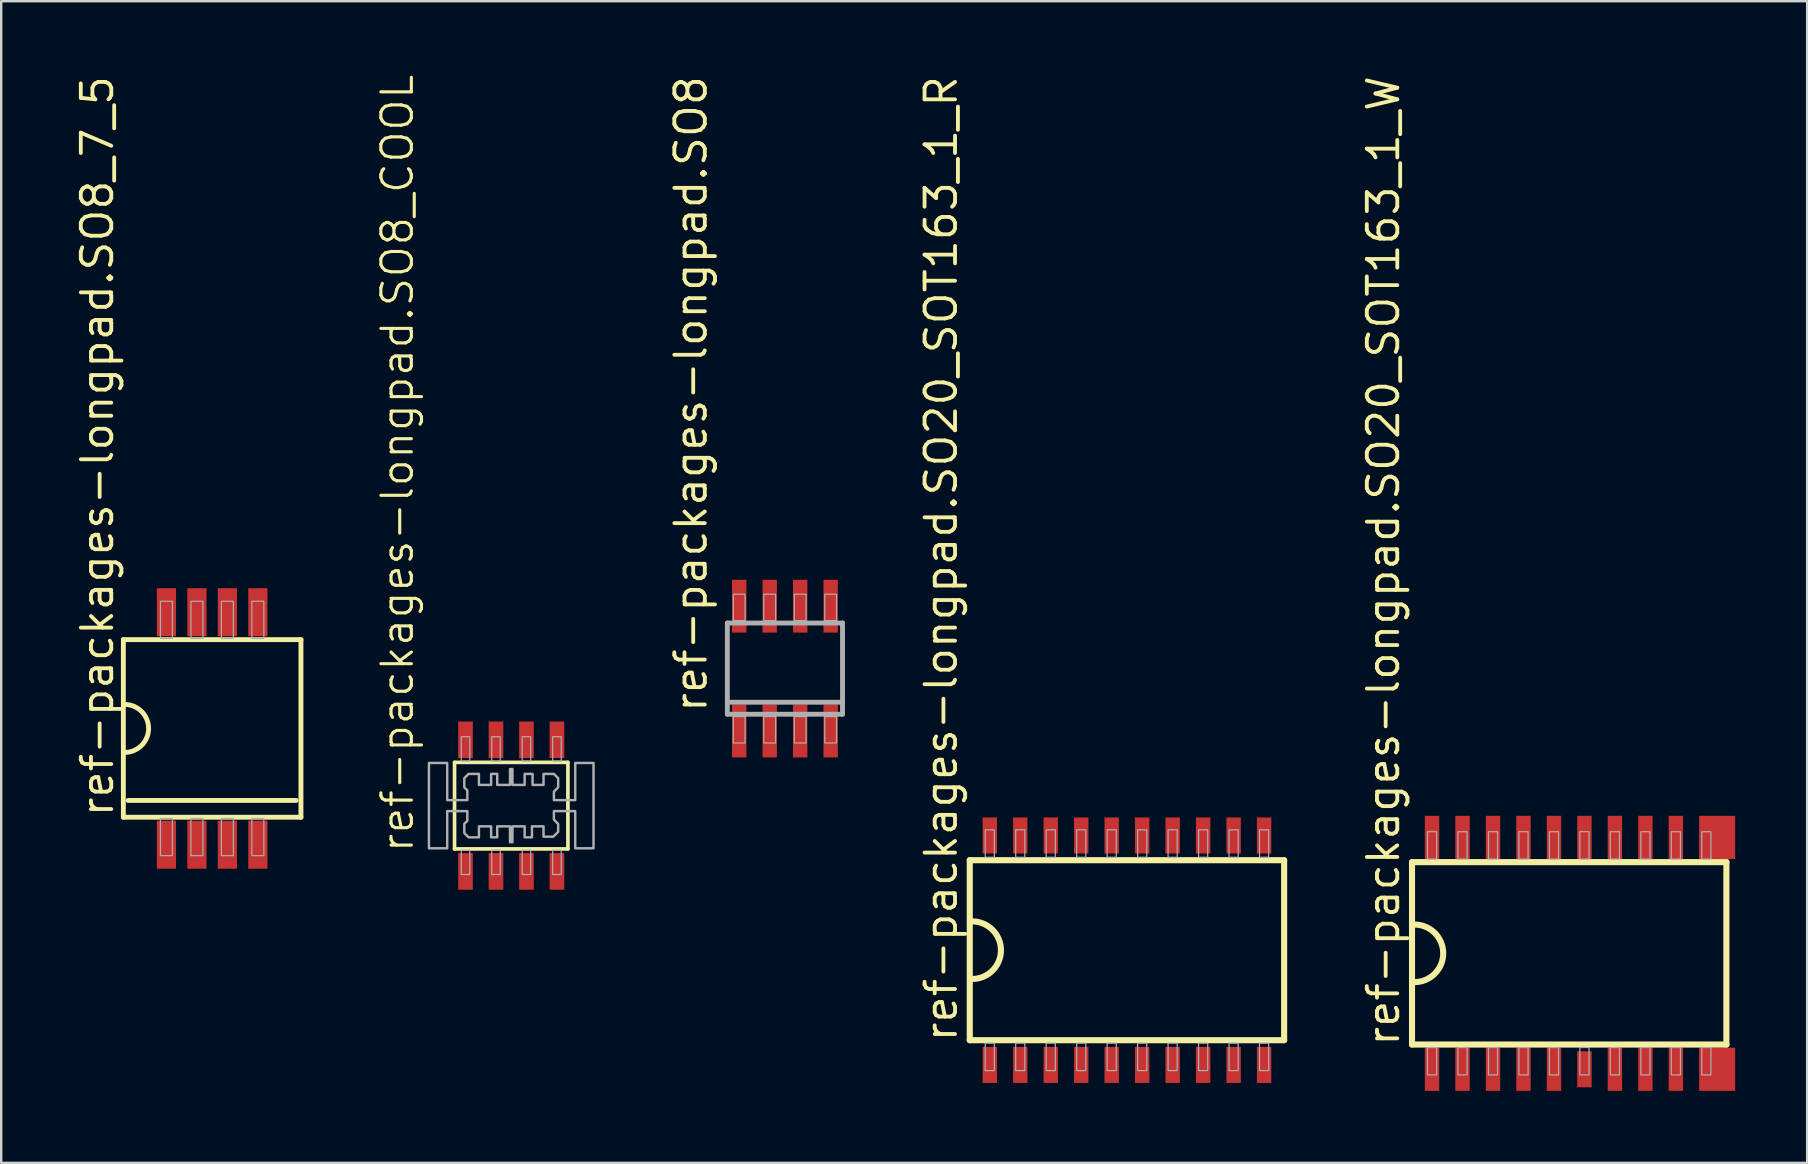
<source format=kicad_pcb>
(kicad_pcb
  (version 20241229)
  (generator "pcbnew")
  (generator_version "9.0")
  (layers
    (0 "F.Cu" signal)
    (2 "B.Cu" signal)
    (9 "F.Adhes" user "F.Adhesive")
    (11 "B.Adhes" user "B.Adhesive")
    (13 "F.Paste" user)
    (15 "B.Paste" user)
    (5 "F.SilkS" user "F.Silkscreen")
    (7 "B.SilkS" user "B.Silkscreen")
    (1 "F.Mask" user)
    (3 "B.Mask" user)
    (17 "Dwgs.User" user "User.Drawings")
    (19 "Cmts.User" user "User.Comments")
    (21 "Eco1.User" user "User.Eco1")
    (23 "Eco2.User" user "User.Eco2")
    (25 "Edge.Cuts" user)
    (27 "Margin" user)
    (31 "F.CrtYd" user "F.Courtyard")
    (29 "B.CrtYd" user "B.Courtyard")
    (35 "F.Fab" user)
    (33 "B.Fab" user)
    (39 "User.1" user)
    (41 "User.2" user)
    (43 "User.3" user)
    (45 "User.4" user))
  (footprint "ref-packages-longpad.SO8_7_5"
    (layer "F.Cu")
    (at 5.79 27.303)
    (property "Reference" "ref-packages-longpad.SO8_7_5" (at -4.04 3.766 90) (layer "F.SilkS") (effects (font (size 1.27 1.27) (thickness 0.16)) (justify left bottom)))
    (attr smd)
    (fp_line (start -3.7 -3.7) (end -3.7 3.7) (stroke (width 0.203) (type default)) (layer "F.SilkS"))
    (fp_line (start -3.7 3.7) (end 3.7 3.7) (stroke (width 0.203) (type default)) (layer "F.SilkS"))
    (fp_line (start -3.5 3) (end 3.5 3) (stroke (width 0.203) (type default)) (layer "F.SilkS"))
    (fp_line (start 3.7 -3.7) (end -3.7 -3.7) (stroke (width 0.203) (type default)) (layer "F.SilkS"))
    (fp_line (start 3.7 3.7) (end 3.7 -3.7) (stroke (width 0.203) (type default)) (layer "F.SilkS"))
    (fp_arc (start -3.6484 -1) (mid -2.6484 0) (end -3.6484 1) (stroke (width 0.2032) (type default)) (layer "F.SilkS"))
    (fp_rect (start -2.155 -3.75) (end -1.655 -5.3) (stroke (width 0.05) (type default)) (fill no) (layer "F.Fab"))
    (fp_rect (start -2.155 5.3) (end -1.655 3.75) (stroke (width 0.05) (type default)) (fill no) (layer "F.Fab"))
    (fp_rect (start -0.885 -3.75) (end -0.385 -5.3) (stroke (width 0.05) (type default)) (fill no) (layer "F.Fab"))
    (fp_rect (start -0.885 5.3) (end -0.385 3.75) (stroke (width 0.05) (type default)) (fill no) (layer "F.Fab"))
    (fp_rect (start 0.385 -3.75) (end 0.885 -5.3) (stroke (width 0.05) (type default)) (fill no) (layer "F.Fab"))
    (fp_rect (start 0.385 5.3) (end 0.885 3.75) (stroke (width 0.05) (type default)) (fill no) (layer "F.Fab"))
    (fp_rect (start 1.655 -3.75) (end 2.155 -5.3) (stroke (width 0.05) (type default)) (fill no) (layer "F.Fab"))
    (fp_rect (start 1.655 5.3) (end 2.155 3.75) (stroke (width 0.05) (type default)) (fill no) (layer "F.Fab"))
    (pad "1" smd roundrect (at -1.905 4.845) (size 0.8 2) (layers "F.Cu" "F.Mask" "F.Paste") (roundrect_rratio 0.01))
    (pad "2" smd roundrect (at -0.635 4.845) (size 0.8 2) (layers "F.Cu" "F.Mask" "F.Paste") (roundrect_rratio 0.01))
    (pad "3" smd roundrect (at 0.635 4.845) (size 0.8 2) (layers "F.Cu" "F.Mask" "F.Paste") (roundrect_rratio 0.01))
    (pad "4" smd roundrect (at 1.905 4.845) (size 0.8 2) (layers "F.Cu" "F.Mask" "F.Paste") (roundrect_rratio 0.01))
    (pad "5" smd roundrect (at 1.905 -4.845) (size 0.8 2) (layers "F.Cu" "F.Mask" "F.Paste") (roundrect_rratio 0.01))
    (pad "6" smd roundrect (at 0.635 -4.845) (size 0.8 2) (layers "F.Cu" "F.Mask" "F.Paste") (roundrect_rratio 0.01))
    (pad "7" smd roundrect (at -0.635 -4.845) (size 0.8 2) (layers "F.Cu" "F.Mask" "F.Paste") (roundrect_rratio 0.01))
    (pad "8" smd roundrect (at -1.905 -4.845) (size 0.8 2) (layers "F.Cu" "F.Mask" "F.Paste") (roundrect_rratio 0.01)))
  (footprint "ref-packages-longpad.SO20_SOT163_1_W"
    (layer "F.Cu")
    (at 62.336 36.674)
    (property "Reference" "ref-packages-longpad.SO20_SOT163_1_W" (at -7 3.95 90) (layer "F.SilkS") (effects (font (size 1.27 1.27) (thickness 0.16)) (justify left bottom)))
    (attr smd)
    (fp_line (start -6.55 -3.8) (end 6.55 -3.8) (stroke (width 0.254) (type default)) (layer "F.SilkS"))
    (fp_line (start -6.55 3.8) (end -6.55 -3.8) (stroke (width 0.254) (type default)) (layer "F.SilkS"))
    (fp_line (start 6.55 -3.8) (end 6.55 3.8) (stroke (width 0.254) (type default)) (layer "F.SilkS"))
    (fp_line (start 6.55 3.8) (end -6.55 3.8) (stroke (width 0.254) (type default)) (layer "F.SilkS"))
    (fp_arc (start -6.45 -1.2) (mid -5.25 0) (end -6.45 1.2) (stroke (width 0.254) (type default)) (layer "F.SilkS"))
    (fp_rect (start -5.905 -3.924) (end -5.524 -5.066) (stroke (width 0.05) (type default)) (fill no) (layer "F.Fab"))
    (fp_rect (start -5.905 5.066) (end -5.524 3.924) (stroke (width 0.05) (type default)) (fill no) (layer "F.Fab"))
    (fp_rect (start -4.636 -3.924) (end -4.255 -5.066) (stroke (width 0.05) (type default)) (fill no) (layer "F.Fab"))
    (fp_rect (start -4.636 5.066) (end -4.255 3.924) (stroke (width 0.05) (type default)) (fill no) (layer "F.Fab"))
    (fp_rect (start -3.365 -3.924) (end -2.985 -5.066) (stroke (width 0.05) (type default)) (fill no) (layer "F.Fab"))
    (fp_rect (start -3.365 5.066) (end -2.985 3.924) (stroke (width 0.05) (type default)) (fill no) (layer "F.Fab"))
    (fp_rect (start -2.095 -3.924) (end -1.714 -5.066) (stroke (width 0.05) (type default)) (fill no) (layer "F.Fab"))
    (fp_rect (start -2.095 5.066) (end -1.714 3.924) (stroke (width 0.05) (type default)) (fill no) (layer "F.Fab"))
    (fp_rect (start -0.826 -3.924) (end -0.445 -5.066) (stroke (width 0.05) (type default)) (fill no) (layer "F.Fab"))
    (fp_rect (start -0.826 5.066) (end -0.445 3.924) (stroke (width 0.05) (type default)) (fill no) (layer "F.Fab"))
    (fp_rect (start 0.445 -3.924) (end 0.826 -5.066) (stroke (width 0.05) (type default)) (fill no) (layer "F.Fab"))
    (fp_rect (start 0.445 5.066) (end 0.826 3.924) (stroke (width 0.05) (type default)) (fill no) (layer "F.Fab"))
    (fp_rect (start 1.714 -3.924) (end 2.095 -5.066) (stroke (width 0.05) (type default)) (fill no) (layer "F.Fab"))
    (fp_rect (start 1.714 5.066) (end 2.095 3.924) (stroke (width 0.05) (type default)) (fill no) (layer "F.Fab"))
    (fp_rect (start 2.985 -3.924) (end 3.365 -5.066) (stroke (width 0.05) (type default)) (fill no) (layer "F.Fab"))
    (fp_rect (start 2.985 5.066) (end 3.365 3.924) (stroke (width 0.05) (type default)) (fill no) (layer "F.Fab"))
    (fp_rect (start 4.255 -3.924) (end 4.636 -5.066) (stroke (width 0.05) (type default)) (fill no) (layer "F.Fab"))
    (fp_rect (start 4.255 5.066) (end 4.636 3.924) (stroke (width 0.05) (type default)) (fill no) (layer "F.Fab"))
    (fp_rect (start 5.524 -3.924) (end 5.905 -5.066) (stroke (width 0.05) (type default)) (fill no) (layer "F.Fab"))
    (fp_rect (start 5.524 5.066) (end 5.905 3.924) (stroke (width 0.05) (type default)) (fill no) (layer "F.Fab"))
    (pad "1" smd roundrect (at -5.715 4.83) (size 0.6 1.8) (layers "F.Cu" "F.Mask" "F.Paste") (roundrect_rratio 0.01))
    (pad "2" smd roundrect (at -4.445 4.83) (size 0.6 1.8) (layers "F.Cu" "F.Mask" "F.Paste") (roundrect_rratio 0.01))
    (pad "3" smd roundrect (at -3.175 4.83) (size 0.6 1.8) (layers "F.Cu" "F.Mask" "F.Paste") (roundrect_rratio 0.01))
    (pad "4" smd roundrect (at -1.905 4.83) (size 0.6 1.8) (layers "F.Cu" "F.Mask" "F.Paste") (roundrect_rratio 0.01))
    (pad "5" smd roundrect (at -0.635 4.83) (size 0.6 1.8) (layers "F.Cu" "F.Mask" "F.Paste") (roundrect_rratio 0.01))
    (pad "6" smd roundrect (at 0.635 4.83) (size 0.6 1.5) (layers "F.Cu" "F.Mask" "F.Paste") (roundrect_rratio 0.01))
    (pad "7" smd roundrect (at 1.905 4.83) (size 0.6 1.8) (layers "F.Cu" "F.Mask" "F.Paste") (roundrect_rratio 0.01))
    (pad "8" smd roundrect (at 3.175 4.83) (size 0.6 1.8) (layers "F.Cu" "F.Mask" "F.Paste") (roundrect_rratio 0.01))
    (pad "9" smd roundrect (at 4.445 4.83) (size 0.6 1.8) (layers "F.Cu" "F.Mask" "F.Paste") (roundrect_rratio 0.01))
    (pad "10" smd roundrect (at 6.165 4.83) (size 1.5 1.8) (layers "F.Cu" "F.Mask" "F.Paste") (roundrect_rratio 0.01))
    (pad "11" smd roundrect (at 6.165 -4.83) (size 1.5 1.8) (layers "F.Cu" "F.Mask" "F.Paste") (roundrect_rratio 0.01))
    (pad "12" smd roundrect (at 4.445 -4.83) (size 0.6 1.8) (layers "F.Cu" "F.Mask" "F.Paste") (roundrect_rratio 0.01))
    (pad "13" smd roundrect (at 3.175 -4.83) (size 0.6 1.8) (layers "F.Cu" "F.Mask" "F.Paste") (roundrect_rratio 0.01))
    (pad "14" smd roundrect (at 1.905 -4.83) (size 0.6 1.8) (layers "F.Cu" "F.Mask" "F.Paste") (roundrect_rratio 0.01))
    (pad "15" smd roundrect (at 0.635 -4.83) (size 0.6 1.8) (layers "F.Cu" "F.Mask" "F.Paste") (roundrect_rratio 0.01))
    (pad "16" smd roundrect (at -0.635 -4.83) (size 0.6 1.8) (layers "F.Cu" "F.Mask" "F.Paste") (roundrect_rratio 0.01))
    (pad "17" smd roundrect (at -1.905 -4.83) (size 0.6 1.8) (layers "F.Cu" "F.Mask" "F.Paste") (roundrect_rratio 0.01))
    (pad "18" smd roundrect (at -3.175 -4.83) (size 0.6 1.8) (layers "F.Cu" "F.Mask" "F.Paste") (roundrect_rratio 0.01))
    (pad "19" smd roundrect (at -4.445 -4.83) (size 0.6 1.8) (layers "F.Cu" "F.Mask" "F.Paste") (roundrect_rratio 0.01))
    (pad "20" smd roundrect (at -5.715 -4.83) (size 0.6 1.8) (layers "F.Cu" "F.Mask" "F.Paste") (roundrect_rratio 0.01)))
  (footprint "ref-packages-longpad.SO8"
    (layer "F.Cu")
    (at 29.657 24.81)
    (property "Reference" "ref-packages-longpad.SO8" (at -3.175 1.905 90) (layer "F.SilkS") (effects (font (size 1.27 1.27) (thickness 0.16)) (justify left bottom)))
    (attr smd)
    (fp_line (start -2.4 -1.9) (end 2.4 -1.9) (stroke (width 0.203) (type default)) (layer "F.Fab"))
    (fp_line (start -2.4 1.4) (end -2.4 -1.9) (stroke (width 0.203) (type default)) (layer "F.Fab"))
    (fp_line (start -2.4 1.9) (end -2.4 1.4) (stroke (width 0.203) (type default)) (layer "F.Fab"))
    (fp_line (start 2.4 -1.9) (end 2.4 1.4) (stroke (width 0.203) (type default)) (layer "F.Fab"))
    (fp_line (start 2.4 1.4) (end -2.4 1.4) (stroke (width 0.203) (type default)) (layer "F.Fab"))
    (fp_line (start 2.4 1.4) (end 2.4 1.9) (stroke (width 0.203) (type default)) (layer "F.Fab"))
    (fp_line (start 2.4 1.9) (end -2.4 1.9) (stroke (width 0.203) (type default)) (layer "F.Fab"))
    (fp_rect (start -2.15 -2) (end -1.66 -3.1) (stroke (width 0.05) (type default)) (fill no) (layer "F.Fab"))
    (fp_rect (start -2.15 3.1) (end -1.66 2) (stroke (width 0.05) (type default)) (fill no) (layer "F.Fab"))
    (fp_rect (start -0.88 -2) (end -0.39 -3.1) (stroke (width 0.05) (type default)) (fill no) (layer "F.Fab"))
    (fp_rect (start -0.88 3.1) (end -0.39 2) (stroke (width 0.05) (type default)) (fill no) (layer "F.Fab"))
    (fp_rect (start 0.39 -2) (end 0.88 -3.1) (stroke (width 0.05) (type default)) (fill no) (layer "F.Fab"))
    (fp_rect (start 0.39 3.1) (end 0.88 2) (stroke (width 0.05) (type default)) (fill no) (layer "F.Fab"))
    (fp_rect (start 1.66 -2) (end 2.15 -3.1) (stroke (width 0.05) (type default)) (fill no) (layer "F.Fab"))
    (fp_rect (start 1.66 3.1) (end 2.15 2) (stroke (width 0.05) (type default)) (fill no) (layer "F.Fab"))
    (pad "1" smd roundrect (at -1.905 2.6) (size 0.6 2.2) (layers "F.Cu" "F.Mask" "F.Paste") (roundrect_rratio 0.01))
    (pad "2" smd roundrect (at -0.635 2.6) (size 0.6 2.2) (layers "F.Cu" "F.Mask" "F.Paste") (roundrect_rratio 0.01))
    (pad "3" smd roundrect (at 0.635 2.6) (size 0.6 2.2) (layers "F.Cu" "F.Mask" "F.Paste") (roundrect_rratio 0.01))
    (pad "4" smd roundrect (at 1.905 2.6) (size 0.6 2.2) (layers "F.Cu" "F.Mask" "F.Paste") (roundrect_rratio 0.01))
    (pad "5" smd roundrect (at 1.905 -2.6) (size 0.6 2.2) (layers "F.Cu" "F.Mask" "F.Paste") (roundrect_rratio 0.01))
    (pad "6" smd roundrect (at 0.635 -2.6) (size 0.6 2.2) (layers "F.Cu" "F.Mask" "F.Paste") (roundrect_rratio 0.01))
    (pad "7" smd roundrect (at -0.635 -2.6) (size 0.6 2.2) (layers "F.Cu" "F.Mask" "F.Paste") (roundrect_rratio 0.01))
    (pad "8" smd roundrect (at -1.905 -2.6) (size 0.6 2.2) (layers "F.Cu" "F.Mask" "F.Paste") (roundrect_rratio 0.01)))
  (footprint "ref-packages-longpad.SO20_SOT163_1_R"
    (layer "F.Cu")
    (at 43.908 36.543)
    (property "Reference" "ref-packages-longpad.SO20_SOT163_1_R" (at -7 3.9 90) (layer "F.SilkS") (effects (font (size 1.27 1.27) (thickness 0.16)) (justify left bottom)))
    (attr smd)
    (fp_line (start -6.55 -3.75) (end 6.55 -3.75) (stroke (width 0.254) (type default)) (layer "F.SilkS"))
    (fp_line (start -6.55 3.75) (end -6.55 -3.75) (stroke (width 0.254) (type default)) (layer "F.SilkS"))
    (fp_line (start 6.55 -3.75) (end 6.55 3.75) (stroke (width 0.254) (type default)) (layer "F.SilkS"))
    (fp_line (start 6.55 3.75) (end -6.55 3.75) (stroke (width 0.254) (type default)) (layer "F.SilkS"))
    (fp_arc (start -6.45 -1.2) (mid -5.25 0) (end -6.45 1.2) (stroke (width 0.254) (type default)) (layer "F.SilkS"))
    (fp_rect (start -5.905 -3.873) (end -5.524 -5.016) (stroke (width 0.05) (type default)) (fill no) (layer "F.Fab"))
    (fp_rect (start -5.905 5.016) (end -5.524 3.873) (stroke (width 0.05) (type default)) (fill no) (layer "F.Fab"))
    (fp_rect (start -4.636 -3.873) (end -4.255 -5.016) (stroke (width 0.05) (type default)) (fill no) (layer "F.Fab"))
    (fp_rect (start -4.636 5.016) (end -4.255 3.873) (stroke (width 0.05) (type default)) (fill no) (layer "F.Fab"))
    (fp_rect (start -3.365 -3.873) (end -2.985 -5.016) (stroke (width 0.05) (type default)) (fill no) (layer "F.Fab"))
    (fp_rect (start -3.365 5.016) (end -2.985 3.873) (stroke (width 0.05) (type default)) (fill no) (layer "F.Fab"))
    (fp_rect (start -2.095 -3.873) (end -1.714 -5.016) (stroke (width 0.05) (type default)) (fill no) (layer "F.Fab"))
    (fp_rect (start -2.095 5.016) (end -1.714 3.873) (stroke (width 0.05) (type default)) (fill no) (layer "F.Fab"))
    (fp_rect (start -0.826 -3.873) (end -0.445 -5.016) (stroke (width 0.05) (type default)) (fill no) (layer "F.Fab"))
    (fp_rect (start -0.826 5.016) (end -0.445 3.873) (stroke (width 0.05) (type default)) (fill no) (layer "F.Fab"))
    (fp_rect (start 0.445 -3.873) (end 0.826 -5.016) (stroke (width 0.05) (type default)) (fill no) (layer "F.Fab"))
    (fp_rect (start 0.445 5.016) (end 0.826 3.873) (stroke (width 0.05) (type default)) (fill no) (layer "F.Fab"))
    (fp_rect (start 1.714 -3.873) (end 2.095 -5.016) (stroke (width 0.05) (type default)) (fill no) (layer "F.Fab"))
    (fp_rect (start 1.714 5.016) (end 2.095 3.873) (stroke (width 0.05) (type default)) (fill no) (layer "F.Fab"))
    (fp_rect (start 2.985 -3.873) (end 3.365 -5.016) (stroke (width 0.05) (type default)) (fill no) (layer "F.Fab"))
    (fp_rect (start 2.985 5.016) (end 3.365 3.873) (stroke (width 0.05) (type default)) (fill no) (layer "F.Fab"))
    (fp_rect (start 4.255 -3.873) (end 4.636 -5.016) (stroke (width 0.05) (type default)) (fill no) (layer "F.Fab"))
    (fp_rect (start 4.255 5.016) (end 4.636 3.873) (stroke (width 0.05) (type default)) (fill no) (layer "F.Fab"))
    (fp_rect (start 5.524 -3.873) (end 5.905 -5.016) (stroke (width 0.05) (type default)) (fill no) (layer "F.Fab"))
    (fp_rect (start 5.524 5.016) (end 5.905 3.873) (stroke (width 0.05) (type default)) (fill no) (layer "F.Fab"))
    (pad "1" smd roundrect (at -5.715 4.78) (size 0.6 1.5) (layers "F.Cu" "F.Mask" "F.Paste") (roundrect_rratio 0.01))
    (pad "2" smd roundrect (at -4.445 4.78) (size 0.6 1.5) (layers "F.Cu" "F.Mask" "F.Paste") (roundrect_rratio 0.01))
    (pad "3" smd roundrect (at -3.175 4.78) (size 0.6 1.5) (layers "F.Cu" "F.Mask" "F.Paste") (roundrect_rratio 0.01))
    (pad "4" smd roundrect (at -1.905 4.78) (size 0.6 1.5) (layers "F.Cu" "F.Mask" "F.Paste") (roundrect_rratio 0.01))
    (pad "5" smd roundrect (at -0.635 4.78) (size 0.6 1.5) (layers "F.Cu" "F.Mask" "F.Paste") (roundrect_rratio 0.01))
    (pad "6" smd roundrect (at 0.635 4.78) (size 0.6 1.5) (layers "F.Cu" "F.Mask" "F.Paste") (roundrect_rratio 0.01))
    (pad "7" smd roundrect (at 1.905 4.78) (size 0.6 1.5) (layers "F.Cu" "F.Mask" "F.Paste") (roundrect_rratio 0.01))
    (pad "8" smd roundrect (at 3.175 4.78) (size 0.6 1.5) (layers "F.Cu" "F.Mask" "F.Paste") (roundrect_rratio 0.01))
    (pad "9" smd roundrect (at 4.445 4.78) (size 0.6 1.5) (layers "F.Cu" "F.Mask" "F.Paste") (roundrect_rratio 0.01))
    (pad "10" smd roundrect (at 5.715 4.78) (size 0.6 1.5) (layers "F.Cu" "F.Mask" "F.Paste") (roundrect_rratio 0.01))
    (pad "11" smd roundrect (at 5.715 -4.78) (size 0.6 1.5) (layers "F.Cu" "F.Mask" "F.Paste") (roundrect_rratio 0.01))
    (pad "12" smd roundrect (at 4.445 -4.78) (size 0.6 1.5) (layers "F.Cu" "F.Mask" "F.Paste") (roundrect_rratio 0.01))
    (pad "13" smd roundrect (at 3.175 -4.78) (size 0.6 1.5) (layers "F.Cu" "F.Mask" "F.Paste") (roundrect_rratio 0.01))
    (pad "14" smd roundrect (at 1.905 -4.78) (size 0.6 1.5) (layers "F.Cu" "F.Mask" "F.Paste") (roundrect_rratio 0.01))
    (pad "15" smd roundrect (at 0.635 -4.78) (size 0.6 1.5) (layers "F.Cu" "F.Mask" "F.Paste") (roundrect_rratio 0.01))
    (pad "16" smd roundrect (at -0.635 -4.78) (size 0.6 1.5) (layers "F.Cu" "F.Mask" "F.Paste") (roundrect_rratio 0.01))
    (pad "17" smd roundrect (at -1.905 -4.78) (size 0.6 1.5) (layers "F.Cu" "F.Mask" "F.Paste") (roundrect_rratio 0.01))
    (pad "18" smd roundrect (at -3.175 -4.78) (size 0.6 1.5) (layers "F.Cu" "F.Mask" "F.Paste") (roundrect_rratio 0.01))
    (pad "19" smd roundrect (at -4.445 -4.78) (size 0.6 1.5) (layers "F.Cu" "F.Mask" "F.Paste") (roundrect_rratio 0.01))
    (pad "20" smd roundrect (at -5.715 -4.78) (size 0.6 1.5) (layers "F.Cu" "F.Mask" "F.Paste") (roundrect_rratio 0.01)))
  (footprint "ref-packages-longpad.SO8_COOL"
    (layer "F.Cu")
    (at 18.252 30.519)
    (property "Reference" "ref-packages-longpad.SO8_COOL" (at -4 2.032 90) (layer "F.SilkS") (effects (font (size 1.27 1.27) (thickness 0.13)) (justify left bottom)))
    (attr smd)
    (fp_line (start -2.362 -1.803) (end -2.362 1.803) (stroke (width 0.152) (type default)) (layer "F.SilkS"))
    (fp_line (start -2.362 1.803) (end 2.362 1.803) (stroke (width 0.152) (type default)) (layer "F.SilkS"))
    (fp_line (start 2.362 -1.803) (end -2.362 -1.803) (stroke (width 0.152) (type default)) (layer "F.SilkS"))
    (fp_line (start 2.362 1.803) (end 2.362 -1.803) (stroke (width 0.152) (type default)) (layer "F.SilkS"))
    (fp_rect (start -2.083 -1.854) (end -1.727 -2.87) (stroke (width 0.05) (type default)) (fill no) (layer "F.Fab"))
    (fp_rect (start -2.083 2.87) (end -1.727 1.854) (stroke (width 0.05) (type default)) (fill no) (layer "F.Fab"))
    (fp_rect (start -0.813 -1.854) (end -0.457 -2.87) (stroke (width 0.05) (type default)) (fill no) (layer "F.Fab"))
    (fp_rect (start -0.813 2.87) (end -0.457 1.854) (stroke (width 0.05) (type default)) (fill no) (layer "F.Fab"))
    (fp_rect (start 0.457 -1.854) (end 0.813 -2.87) (stroke (width 0.05) (type default)) (fill no) (layer "F.Fab"))
    (fp_rect (start 0.457 2.87) (end 0.813 1.854) (stroke (width 0.05) (type default)) (fill no) (layer "F.Fab"))
    (fp_rect (start 1.727 -1.854) (end 2.083 -2.87) (stroke (width 0.05) (type default)) (fill no) (layer "F.Fab"))
    (fp_rect (start 1.727 2.87) (end 2.083 1.854) (stroke (width 0.05) (type default)) (fill no) (layer "F.Fab"))
    (fp_poly (pts (xy -2.667 1.778) (xy -2.667 0.229) (xy -1.829 0.229) (xy -1.829 0.635) (xy -1.956 0.762) (xy -1.956 1.143) (xy -1.778 1.321) (xy -1.346 1.321) (xy -1.346 1.524) (xy -1.346 0.864) (xy -0.838 0.864) (xy -0.838 1.321) (xy -0.584 1.321) (xy -0.584 0.864) (xy -0.051 0.864) (xy -0.051 1.524) (xy 0.051 1.524) (xy 0.051 0.864) (xy 0.559 0.864) (xy 0.559 1.321) (xy 0.864 1.321) (xy 0.864 0.864) (xy 1.346 0.864) (xy 1.346 1.524) (xy 1.346 1.295) (xy 1.753 1.295) (xy 1.956 1.092) (xy 1.956 0.762) (xy 1.778 0.584) (xy 1.778 0.229) (xy 2.667 0.229) (xy 2.667 1.778) (xy 3.429 1.778) (xy 3.429 -1.778) (xy 2.667 -1.778) (xy 2.667 -0.229) (xy 1.778 -0.229) (xy 1.778 -0.584) (xy 1.956 -0.762) (xy 1.956 -1.143) (xy 1.778 -1.321) (xy 1.346 -1.321) (xy 1.346 -1.524) (xy 1.346 -0.864) (xy 0.889 -0.864) (xy 0.889 -1.321) (xy 0.559 -1.321) (xy 0.559 -0.864) (xy 0.051 -0.864) (xy 0.051 -1.524) (xy -0.051 -1.524) (xy -0.051 -0.864) (xy -0.584 -0.864) (xy -0.584 -1.321) (xy -0.838 -1.321) (xy -0.838 -0.864) (xy -1.346 -0.864) (xy -1.346 -1.524) (xy -1.346 -1.321) (xy -1.778 -1.321) (xy -1.956 -1.143) (xy -1.956 -0.762) (xy -1.829 -0.635) (xy -1.829 -0.229) (xy -2.667 -0.229) (xy -2.667 -1.778) (xy -3.429 -1.778) (xy -3.429 1.778)) (stroke (width 0.102) (type default)) (fill no) (layer "F.Fab"))
    (pad "1" smd roundrect (at -1.905 2.743) (size 0.61 1.524) (layers "F.Cu" "F.Mask" "F.Paste") (roundrect_rratio 0.01))
    (pad "2" smd roundrect (at -0.635 2.743) (size 0.61 1.524) (layers "F.Cu" "F.Mask" "F.Paste") (roundrect_rratio 0.01))
    (pad "3" smd roundrect (at 0.635 2.743) (size 0.61 1.524) (layers "F.Cu" "F.Mask" "F.Paste") (roundrect_rratio 0.01))
    (pad "4" smd roundrect (at 1.905 2.743) (size 0.61 1.524) (layers "F.Cu" "F.Mask" "F.Paste") (roundrect_rratio 0.01))
    (pad "5" smd roundrect (at 1.905 -2.743) (size 0.61 1.524) (layers "F.Cu" "F.Mask" "F.Paste") (roundrect_rratio 0.01))
    (pad "6" smd roundrect (at 0.635 -2.743) (size 0.61 1.524) (layers "F.Cu" "F.Mask" "F.Paste") (roundrect_rratio 0.01))
    (pad "7" smd roundrect (at -0.635 -2.743) (size 0.61 1.524) (layers "F.Cu" "F.Mask" "F.Paste") (roundrect_rratio 0.01))
    (pad "8" smd roundrect (at -1.905 -2.743) (size 0.61 1.524) (layers "F.Cu" "F.Mask" "F.Paste") (roundrect_rratio 0.01)))
  (gr_rect
    (start -3 -3)
    (end 72.251 45.404)
    (stroke (width 0.1) (type default))
    (fill no)
    (layer "Edge.Cuts")))
</source>
